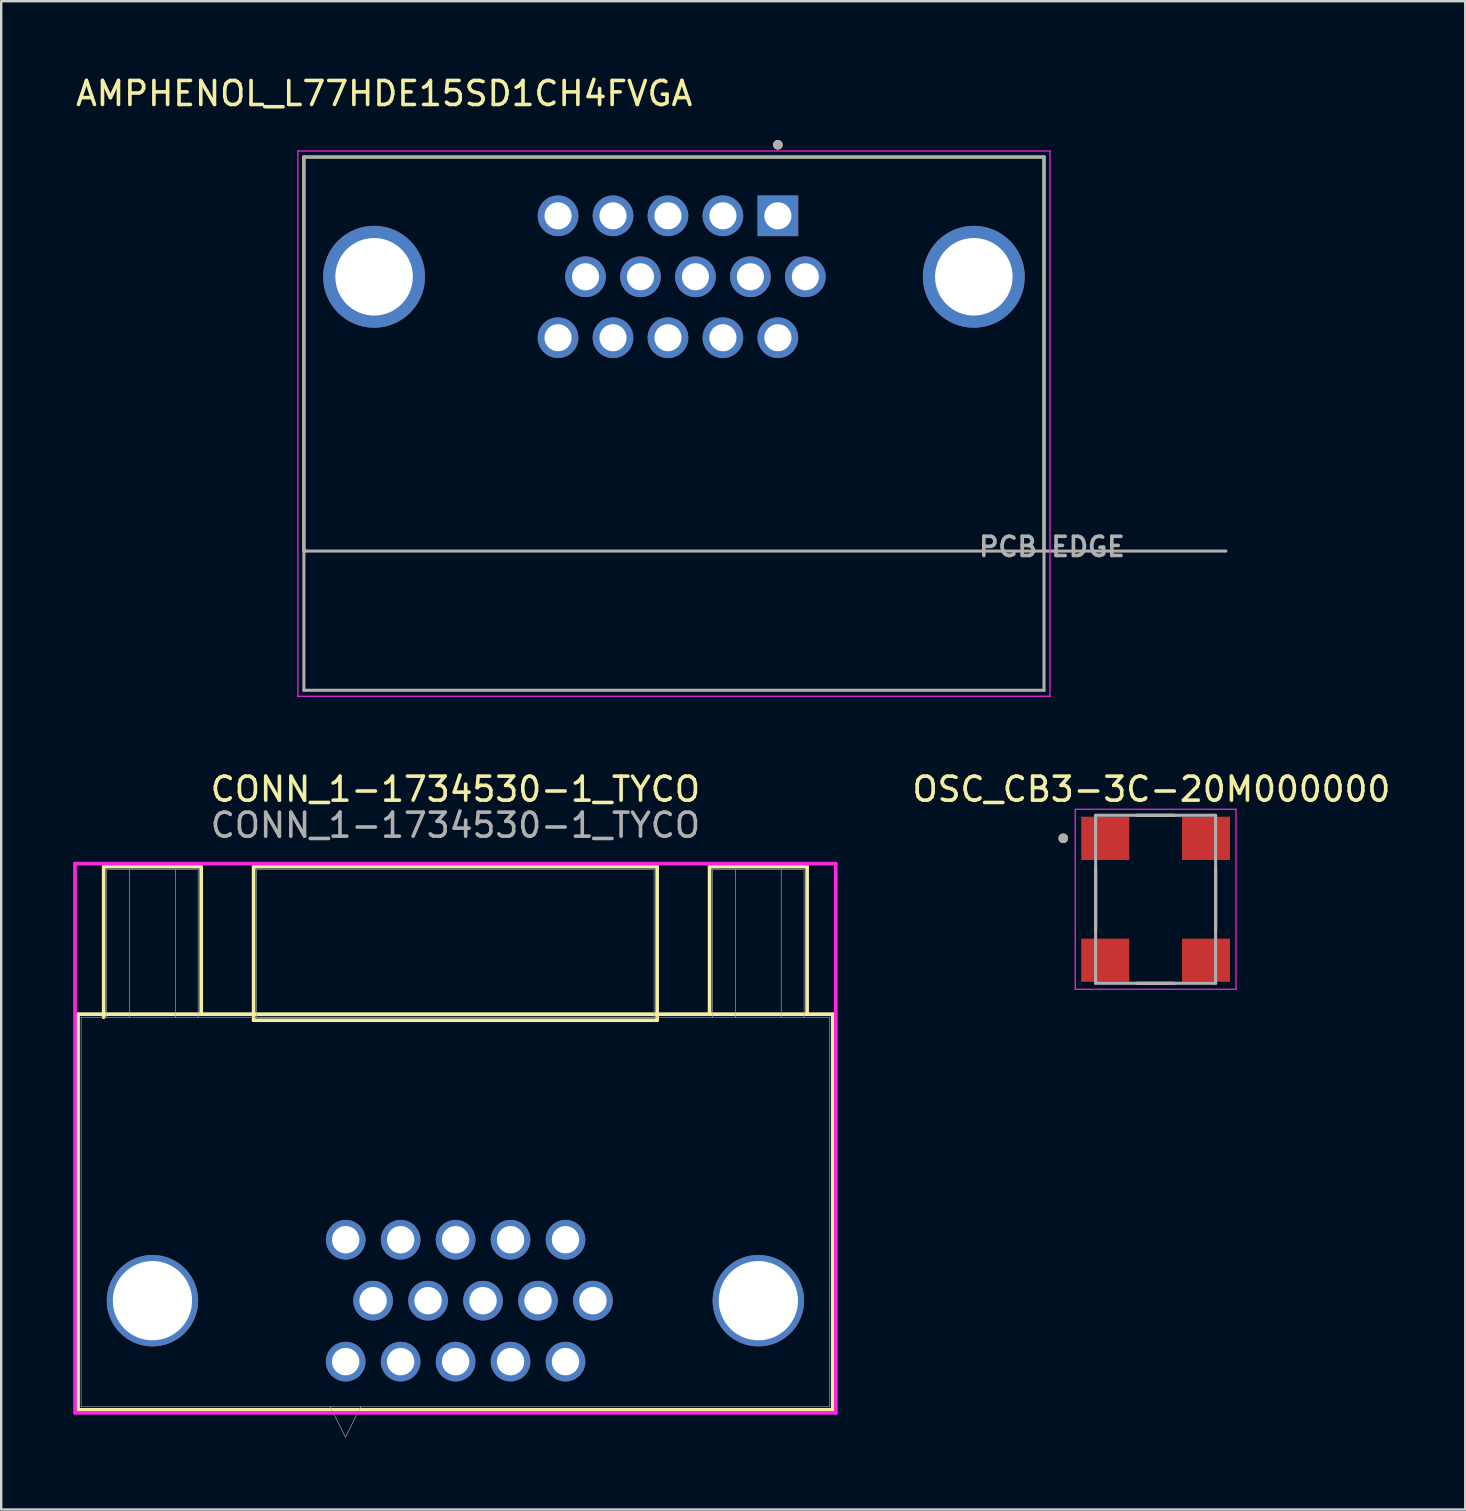
<source format=kicad_pcb>
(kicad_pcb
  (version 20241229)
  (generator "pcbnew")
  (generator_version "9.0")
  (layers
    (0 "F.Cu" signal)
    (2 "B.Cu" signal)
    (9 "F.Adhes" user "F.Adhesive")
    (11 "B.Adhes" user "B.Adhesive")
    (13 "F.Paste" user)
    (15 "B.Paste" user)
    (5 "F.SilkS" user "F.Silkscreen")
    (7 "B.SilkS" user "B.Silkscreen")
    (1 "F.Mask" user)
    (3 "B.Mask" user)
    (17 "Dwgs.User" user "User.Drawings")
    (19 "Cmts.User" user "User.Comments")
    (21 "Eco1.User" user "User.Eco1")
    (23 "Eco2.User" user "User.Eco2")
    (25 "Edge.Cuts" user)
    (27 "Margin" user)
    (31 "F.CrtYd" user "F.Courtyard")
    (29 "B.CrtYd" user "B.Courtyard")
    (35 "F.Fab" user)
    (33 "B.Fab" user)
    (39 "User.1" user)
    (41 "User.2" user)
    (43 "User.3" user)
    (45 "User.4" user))
  (footprint "CONN_1-1734530-1_TYCO"
    (layer "F.Cu")
    (at 15.926 39.337)
    (property "Reference" "CONN_1-1734530-1_TYCO" (at 0 -9.5 0) (unlocked yes) (layer "F.SilkS") (effects (font (size 1 1) (thickness 0.15))))
    (attr through_hole)
    (fp_line (start -15.723 -0.127) (end -15.723 16.358) (stroke (width 0.152) (type solid)) (layer "F.SilkS"))
    (fp_line (start -15.723 16.358) (end 15.723 16.358) (stroke (width 0.152) (type solid)) (layer "F.SilkS"))
    (fp_line (start -14.656 -6.274) (end -10.592 -6.274) (stroke (width 0.152) (type solid)) (layer "F.SilkS"))
    (fp_line (start -14.656 0) (end -14.656 -6.274) (stroke (width 0.152) (type solid)) (layer "F.SilkS"))
    (fp_line (start -10.592 -6.274) (end -10.592 -0.127) (stroke (width 0.152) (type solid)) (layer "F.SilkS"))
    (fp_line (start -8.407 -6.274) (end -8.407 0.127) (stroke (width 0.152) (type solid)) (layer "F.SilkS"))
    (fp_line (start -8.407 0.127) (end 8.407 0.127) (stroke (width 0.152) (type solid)) (layer "F.SilkS"))
    (fp_line (start 8.407 -6.274) (end -8.407 -6.274) (stroke (width 0.152) (type solid)) (layer "F.SilkS"))
    (fp_line (start 8.407 0.127) (end 8.407 -6.274) (stroke (width 0.152) (type solid)) (layer "F.SilkS"))
    (fp_line (start 10.592 -6.274) (end 14.656 -6.274) (stroke (width 0.152) (type solid)) (layer "F.SilkS"))
    (fp_line (start 10.592 -0.127) (end 10.592 -6.274) (stroke (width 0.152) (type solid)) (layer "F.SilkS"))
    (fp_line (start 14.656 -6.274) (end 14.656 -0.127) (stroke (width 0.152) (type solid)) (layer "F.SilkS"))
    (fp_line (start 15.723 -0.127) (end -15.723 -0.127) (stroke (width 0.152) (type solid)) (layer "F.SilkS"))
    (fp_line (start 15.723 16.358) (end 15.723 -0.127) (stroke (width 0.152) (type solid)) (layer "F.SilkS"))
    (fp_line (start -15.85 -6.401) (end -15.85 16.485) (stroke (width 0.152) (type solid)) (layer "F.CrtYd"))
    (fp_line (start -15.85 16.485) (end 15.85 16.485) (stroke (width 0.152) (type solid)) (layer "F.CrtYd"))
    (fp_line (start 15.85 -6.401) (end -15.85 -6.401) (stroke (width 0.152) (type solid)) (layer "F.CrtYd"))
    (fp_line (start 15.85 16.485) (end 15.85 -6.401) (stroke (width 0.152) (type solid)) (layer "F.CrtYd"))
    (fp_line (start -15.596 0) (end -15.596 16.231) (stroke (width 0.025) (type solid)) (layer "F.Fab"))
    (fp_line (start -15.596 16.231) (end 15.596 16.231) (stroke (width 0.025) (type solid)) (layer "F.Fab"))
    (fp_line (start -14.529 -6.147) (end -10.719 -6.147) (stroke (width 0.025) (type solid)) (layer "F.Fab"))
    (fp_line (start -14.529 0) (end -14.529 -6.147) (stroke (width 0.025) (type solid)) (layer "F.Fab"))
    (fp_line (start -13.576 0) (end -13.576 -6.147) (stroke (width 0.025) (type solid)) (layer "F.Fab"))
    (fp_line (start -11.671 -6.147) (end -11.671 0) (stroke (width 0.025) (type solid)) (layer "F.Fab"))
    (fp_line (start -10.719 -6.147) (end -10.719 0) (stroke (width 0.025) (type solid)) (layer "F.Fab"))
    (fp_line (start -8.28 -6.147) (end -8.28 0) (stroke (width 0.025) (type solid)) (layer "F.Fab"))
    (fp_line (start -8.28 0) (end 8.28 0) (stroke (width 0.025) (type solid)) (layer "F.Fab"))
    (fp_line (start -5.215 16.231) (end -4.58 17.501) (stroke (width 0.025) (type solid)) (layer "F.Fab"))
    (fp_line (start -3.945 16.231) (end -4.58 17.501) (stroke (width 0.025) (type solid)) (layer "F.Fab"))
    (fp_line (start 8.28 -6.147) (end -8.28 -6.147) (stroke (width 0.025) (type solid)) (layer "F.Fab"))
    (fp_line (start 8.28 0) (end 8.28 -6.147) (stroke (width 0.025) (type solid)) (layer "F.Fab"))
    (fp_line (start 10.719 -6.147) (end 14.529 -6.147) (stroke (width 0.025) (type solid)) (layer "F.Fab"))
    (fp_line (start 10.719 0) (end 10.719 -6.147) (stroke (width 0.025) (type solid)) (layer "F.Fab"))
    (fp_line (start 11.671 0) (end 11.671 -6.147) (stroke (width 0.025) (type solid)) (layer "F.Fab"))
    (fp_line (start 13.576 -6.147) (end 13.576 0) (stroke (width 0.025) (type solid)) (layer "F.Fab"))
    (fp_line (start 14.529 -6.147) (end 14.529 0) (stroke (width 0.025) (type solid)) (layer "F.Fab"))
    (fp_line (start 15.596 0) (end -15.596 0) (stroke (width 0.025) (type solid)) (layer "F.Fab"))
    (fp_line (start 15.596 16.231) (end 15.596 0) (stroke (width 0.025) (type solid)) (layer "F.Fab"))
    (fp_text user "${REFERENCE}" (at 0 -8 0) (unlocked yes) (layer "F.Fab") (effects (font (size 1 1) (thickness 0.15))))
    (pad "1" thru_hole circle (at -4.572 9.271) (size 1.651 1.651) (drill 1.143) (layers "*.Cu" "*.Mask"))
    (pad "2" thru_hole circle (at -2.282 9.271) (size 1.651 1.651) (drill 1.143) (layers "*.Cu" "*.Mask"))
    (pad "3" thru_hole circle (at 0.008 9.271) (size 1.651 1.651) (drill 1.143) (layers "*.Cu" "*.Mask"))
    (pad "4" thru_hole circle (at 2.298 9.271) (size 1.651 1.651) (drill 1.143) (layers "*.Cu" "*.Mask"))
    (pad "5" thru_hole circle (at 4.588 9.271) (size 1.651 1.651) (drill 1.143) (layers "*.Cu" "*.Mask"))
    (pad "6" thru_hole circle (at -3.429 11.811) (size 1.651 1.651) (drill 1.143) (layers "*.Cu" "*.Mask"))
    (pad "7" thru_hole circle (at -1.139 11.811) (size 1.651 1.651) (drill 1.143) (layers "*.Cu" "*.Mask"))
    (pad "8" thru_hole circle (at 1.151 11.811) (size 1.651 1.651) (drill 1.143) (layers "*.Cu" "*.Mask"))
    (pad "9" thru_hole circle (at 3.441 11.811) (size 1.651 1.651) (drill 1.143) (layers "*.Cu" "*.Mask"))
    (pad "10" thru_hole circle (at 5.731 11.811) (size 1.651 1.651) (drill 1.143) (layers "*.Cu" "*.Mask"))
    (pad "11" thru_hole circle (at -4.572 14.351) (size 1.651 1.651) (drill 1.143) (layers "*.Cu" "*.Mask"))
    (pad "12" thru_hole circle (at -2.282 14.351) (size 1.651 1.651) (drill 1.143) (layers "*.Cu" "*.Mask"))
    (pad "13" thru_hole circle (at 0.008 14.351) (size 1.651 1.651) (drill 1.143) (layers "*.Cu" "*.Mask"))
    (pad "14" thru_hole circle (at 2.298 14.351) (size 1.651 1.651) (drill 1.143) (layers "*.Cu" "*.Mask"))
    (pad "15" thru_hole circle (at 4.588 14.351) (size 1.651 1.651) (drill 1.143) (layers "*.Cu" "*.Mask"))
    (pad "16" thru_hole circle (at -12.624 11.811) (size 3.81 3.81) (drill 3.302) (layers "*.Cu" "*.Mask"))
    (pad "17" thru_hole circle (at 12.624 11.811) (size 3.81 3.81) (drill 3.302) (layers "*.Cu" "*.Mask")))
  (footprint "OSC_CB3-3C-20M000000"
    (layer "F.Cu")
    (at 45.104 34.422)
    (property "Reference" "OSC_CB3-3C-20M000000" (at -0.175 -4.585 0) (layer "F.SilkS") (effects (font (size 1 1) (thickness 0.15))))
    (attr smd)
    (fp_line (start -2.5 -1.32) (end -2.5 1.32) (stroke (width 0.127) (type solid)) (layer "F.SilkS"))
    (fp_line (start -0.78 -3.5) (end 0.78 -3.5) (stroke (width 0.127) (type solid)) (layer "F.SilkS"))
    (fp_line (start -0.78 3.5) (end 0.78 3.5) (stroke (width 0.127) (type solid)) (layer "F.SilkS"))
    (fp_line (start 2.5 -1.32) (end 2.5 1.32) (stroke (width 0.127) (type solid)) (layer "F.SilkS"))
    (fp_circle (center -3.85 -2.54) (end -3.75 -2.54) (stroke (width 0.2) (type solid)) (fill no) (layer "F.SilkS"))
    (fp_line (start -3.35 -3.75) (end -3.35 3.75) (stroke (width 0.05) (type solid)) (layer "F.CrtYd"))
    (fp_line (start -3.35 -3.75) (end 3.35 -3.75) (stroke (width 0.05) (type solid)) (layer "F.CrtYd"))
    (fp_line (start 3.35 -3.75) (end 3.35 3.75) (stroke (width 0.05) (type solid)) (layer "F.CrtYd"))
    (fp_line (start 3.35 3.75) (end -3.35 3.75) (stroke (width 0.05) (type solid)) (layer "F.CrtYd"))
    (fp_line (start -2.5 -3.5) (end -2.5 3.5) (stroke (width 0.127) (type solid)) (layer "F.Fab"))
    (fp_line (start -2.5 -3.5) (end 2.5 -3.5) (stroke (width 0.127) (type solid)) (layer "F.Fab"))
    (fp_line (start 2.5 -3.5) (end 2.5 3.5) (stroke (width 0.127) (type solid)) (layer "F.Fab"))
    (fp_line (start 2.5 3.5) (end -2.5 3.5) (stroke (width 0.127) (type solid)) (layer "F.Fab"))
    (fp_circle (center -3.85 -2.54) (end -3.75 -2.54) (stroke (width 0.2) (type solid)) (fill no) (layer "F.Fab"))
    (pad "1" smd rect (at -2.1 -2.54) (size 2 1.8) (layers "F.Cu" "F.Mask" "F.Paste"))
    (pad "2" smd rect (at -2.1 2.54) (size 2 1.8) (layers "F.Cu" "F.Mask" "F.Paste"))
    (pad "3" smd rect (at 2.1 2.54) (size 2 1.8) (layers "F.Cu" "F.Mask" "F.Paste"))
    (pad "4" smd rect (at 2.1 -2.54) (size 2 1.8) (layers "F.Cu" "F.Mask" "F.Paste")))
  (footprint "AMPHENOL_L77HDE15SD1CH4FVGA"
    (layer "F.Cu")
    (at 25.033 8.483)
    (property "Reference" "AMPHENOL_L77HDE15SD1CH4FVGA" (at -12.075 -7.635 0) (layer "F.SilkS") (effects (font (size 1 1) (thickness 0.15))))
    (attr through_hole)
    (fp_line (start -15.42 -4.99) (end 15.42 -4.99) (stroke (width 0.127) (type solid)) (layer "F.SilkS"))
    (fp_line (start -15.42 11.43) (end -15.42 -4.99) (stroke (width 0.127) (type solid)) (layer "F.SilkS"))
    (fp_line (start 15.42 -4.99) (end 15.42 11.43) (stroke (width 0.127) (type solid)) (layer "F.SilkS"))
    (fp_circle (center 4.33 -5.5) (end 4.43 -5.5) (stroke (width 0.2) (type solid)) (fill no) (layer "F.SilkS"))
    (fp_line (start -15.67 -5.24) (end 15.67 -5.24) (stroke (width 0.05) (type solid)) (layer "F.CrtYd"))
    (fp_line (start -15.67 17.48) (end -15.67 -5.24) (stroke (width 0.05) (type solid)) (layer "F.CrtYd"))
    (fp_line (start 15.67 -5.24) (end 15.67 17.48) (stroke (width 0.05) (type solid)) (layer "F.CrtYd"))
    (fp_line (start 15.67 17.48) (end -15.67 17.48) (stroke (width 0.05) (type solid)) (layer "F.CrtYd"))
    (fp_line (start -15.42 -4.99) (end 15.42 -4.99) (stroke (width 0.127) (type solid)) (layer "F.Fab"))
    (fp_line (start -15.42 11.43) (end -15.42 -4.99) (stroke (width 0.127) (type solid)) (layer "F.Fab"))
    (fp_line (start -15.42 11.43) (end 23 11.43) (stroke (width 0.127) (type solid)) (layer "F.Fab"))
    (fp_line (start -15.42 17.23) (end -15.42 11.43) (stroke (width 0.127) (type solid)) (layer "F.Fab"))
    (fp_line (start -15.42 17.23) (end 15.42 17.23) (stroke (width 0.127) (type solid)) (layer "F.Fab"))
    (fp_line (start 15.42 -4.99) (end 15.42 17.23) (stroke (width 0.127) (type solid)) (layer "F.Fab"))
    (fp_circle (center 4.33 -5.5) (end 4.43 -5.5) (stroke (width 0.2) (type solid)) (fill no) (layer "F.Fab"))
    (fp_text user "PCB EDGE" (at 15.75 11.25 0) (layer "F.Fab") (effects (font (size 0.8 0.8) (thickness 0.15))))
    (pad "1" thru_hole rect (at 4.33 -2.54) (size 1.695 1.695) (drill 1.13) (layers "*.Cu" "*.Mask"))
    (pad "2" thru_hole circle (at 2.04 -2.54) (size 1.695 1.695) (drill 1.13) (layers "*.Cu" "*.Mask"))
    (pad "3" thru_hole circle (at -0.25 -2.54) (size 1.695 1.695) (drill 1.13) (layers "*.Cu" "*.Mask"))
    (pad "4" thru_hole circle (at -2.54 -2.54) (size 1.695 1.695) (drill 1.13) (layers "*.Cu" "*.Mask"))
    (pad "5" thru_hole circle (at -4.83 -2.54) (size 1.695 1.695) (drill 1.13) (layers "*.Cu" "*.Mask"))
    (pad "6" thru_hole circle (at 5.475 0) (size 1.695 1.695) (drill 1.13) (layers "*.Cu" "*.Mask"))
    (pad "7" thru_hole circle (at 3.185 0) (size 1.695 1.695) (drill 1.13) (layers "*.Cu" "*.Mask"))
    (pad "8" thru_hole circle (at 0.895 0) (size 1.695 1.695) (drill 1.13) (layers "*.Cu" "*.Mask"))
    (pad "9" thru_hole circle (at -1.395 0) (size 1.695 1.695) (drill 1.13) (layers "*.Cu" "*.Mask"))
    (pad "10" thru_hole circle (at -3.685 0) (size 1.695 1.695) (drill 1.13) (layers "*.Cu" "*.Mask"))
    (pad "11" thru_hole circle (at 4.33 2.54) (size 1.695 1.695) (drill 1.13) (layers "*.Cu" "*.Mask"))
    (pad "12" thru_hole circle (at 2.04 2.54) (size 1.695 1.695) (drill 1.13) (layers "*.Cu" "*.Mask"))
    (pad "13" thru_hole circle (at -0.25 2.54) (size 1.695 1.695) (drill 1.13) (layers "*.Cu" "*.Mask"))
    (pad "14" thru_hole circle (at -2.54 2.54) (size 1.695 1.695) (drill 1.13) (layers "*.Cu" "*.Mask"))
    (pad "15" thru_hole circle (at -4.83 2.54) (size 1.695 1.695) (drill 1.13) (layers "*.Cu" "*.Mask"))
    (pad "SH1" thru_hole circle (at -12.495 0) (size 4.246 4.246) (drill 3.23) (layers "*.Cu" "*.Mask"))
    (pad "SH2" thru_hole circle (at 12.495 0) (size 4.246 4.246) (drill 3.23) (layers "*.Cu" "*.Mask")))
  (gr_rect
    (start -3 -3)
    (end 58.006 59.85)
    (stroke (width 0.1) (type default))
    (fill no)
    (layer "Edge.Cuts")))
</source>
